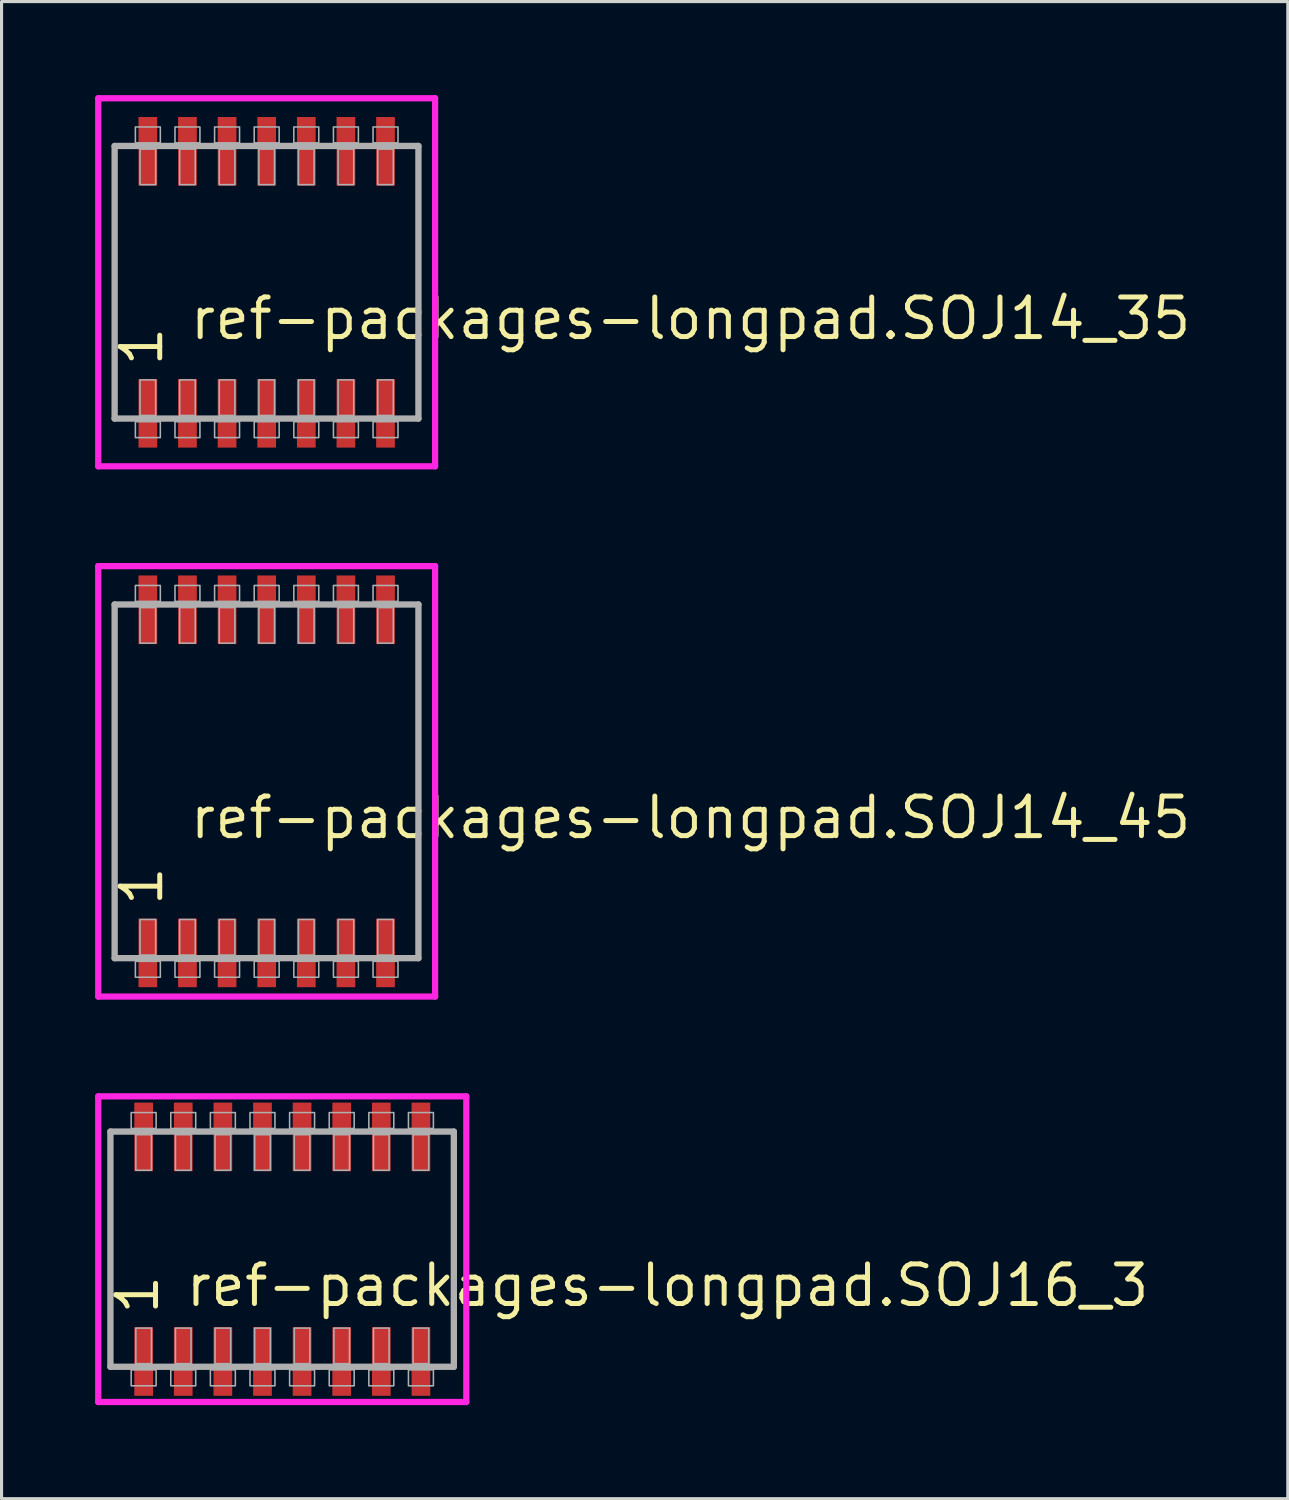
<source format=kicad_pcb>
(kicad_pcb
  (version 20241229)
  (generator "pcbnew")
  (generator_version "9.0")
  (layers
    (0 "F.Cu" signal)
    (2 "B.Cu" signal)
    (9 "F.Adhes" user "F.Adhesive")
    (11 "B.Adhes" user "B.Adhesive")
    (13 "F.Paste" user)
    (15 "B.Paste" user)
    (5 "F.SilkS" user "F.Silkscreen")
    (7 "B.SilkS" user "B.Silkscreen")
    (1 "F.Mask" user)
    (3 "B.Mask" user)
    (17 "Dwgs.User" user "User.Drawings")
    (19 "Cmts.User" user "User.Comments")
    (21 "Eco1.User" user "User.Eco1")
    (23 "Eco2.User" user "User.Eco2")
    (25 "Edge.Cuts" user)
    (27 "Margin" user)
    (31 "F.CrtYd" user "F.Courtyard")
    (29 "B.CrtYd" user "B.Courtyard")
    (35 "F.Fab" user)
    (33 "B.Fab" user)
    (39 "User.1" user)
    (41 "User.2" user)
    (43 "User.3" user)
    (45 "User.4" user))
  (footprint "ref-packages-longpad.SOJ14_35"
    (layer "F.Cu")
    (at 5.5 6)
    (property "Reference" "ref-packages-longpad.SOJ14_35" (at -2.54 1.905 0) (layer "F.SilkS") (effects (font (size 1.27 1.27) (thickness 0.16)) (justify left bottom)))
    (attr smd)
    (fp_line (start -5.4 -5.9) (end 5.4 -5.9) (stroke (width 0.2) (type default)) (layer "F.CrtYd"))
    (fp_line (start -5.4 5.9) (end -5.4 -5.9) (stroke (width 0.2) (type default)) (layer "F.CrtYd"))
    (fp_line (start 5.4 -5.9) (end 5.4 5.9) (stroke (width 0.2) (type default)) (layer "F.CrtYd"))
    (fp_line (start 5.4 5.9) (end -5.4 5.9) (stroke (width 0.2) (type default)) (layer "F.CrtYd"))
    (fp_line (start -4.875 -4.37) (end 4.865 -4.37) (stroke (width 0.203) (type default)) (layer "F.Fab"))
    (fp_line (start -4.875 4.37) (end -4.875 -4.37) (stroke (width 0.203) (type default)) (layer "F.Fab"))
    (fp_line (start 4.865 -4.37) (end 4.865 4.37) (stroke (width 0.203) (type default)) (layer "F.Fab"))
    (fp_line (start 4.865 4.37) (end -4.875 4.37) (stroke (width 0.203) (type default)) (layer "F.Fab"))
    (fp_rect (start -4.21 -4.47) (end -3.41 -4.98) (stroke (width 0.05) (type default)) (fill no) (layer "F.Fab"))
    (fp_rect (start -4.21 4.98) (end -3.41 4.47) (stroke (width 0.05) (type default)) (fill no) (layer "F.Fab"))
    (fp_rect (start -4.06 -3.13) (end -3.56 -4.27) (stroke (width 0.05) (type default)) (fill no) (layer "F.Fab"))
    (fp_rect (start -4.06 4.27) (end -3.56 3.13) (stroke (width 0.05) (type default)) (fill no) (layer "F.Fab"))
    (fp_rect (start -2.94 -4.47) (end -2.14 -4.98) (stroke (width 0.05) (type default)) (fill no) (layer "F.Fab"))
    (fp_rect (start -2.94 4.98) (end -2.14 4.47) (stroke (width 0.05) (type default)) (fill no) (layer "F.Fab"))
    (fp_rect (start -2.79 -3.13) (end -2.29 -4.27) (stroke (width 0.05) (type default)) (fill no) (layer "F.Fab"))
    (fp_rect (start -2.79 4.27) (end -2.29 3.13) (stroke (width 0.05) (type default)) (fill no) (layer "F.Fab"))
    (fp_rect (start -1.67 -4.47) (end -0.87 -4.98) (stroke (width 0.05) (type default)) (fill no) (layer "F.Fab"))
    (fp_rect (start -1.67 4.98) (end -0.87 4.47) (stroke (width 0.05) (type default)) (fill no) (layer "F.Fab"))
    (fp_rect (start -1.52 -3.13) (end -1.02 -4.27) (stroke (width 0.05) (type default)) (fill no) (layer "F.Fab"))
    (fp_rect (start -1.52 4.27) (end -1.02 3.13) (stroke (width 0.05) (type default)) (fill no) (layer "F.Fab"))
    (fp_rect (start -0.4 -4.47) (end 0.4 -4.98) (stroke (width 0.05) (type default)) (fill no) (layer "F.Fab"))
    (fp_rect (start -0.4 4.98) (end 0.4 4.47) (stroke (width 0.05) (type default)) (fill no) (layer "F.Fab"))
    (fp_rect (start -0.25 -3.13) (end 0.25 -4.27) (stroke (width 0.05) (type default)) (fill no) (layer "F.Fab"))
    (fp_rect (start -0.25 4.27) (end 0.25 3.13) (stroke (width 0.05) (type default)) (fill no) (layer "F.Fab"))
    (fp_rect (start 0.87 -4.47) (end 1.67 -4.98) (stroke (width 0.05) (type default)) (fill no) (layer "F.Fab"))
    (fp_rect (start 0.87 4.98) (end 1.67 4.47) (stroke (width 0.05) (type default)) (fill no) (layer "F.Fab"))
    (fp_rect (start 1.02 -3.13) (end 1.52 -4.27) (stroke (width 0.05) (type default)) (fill no) (layer "F.Fab"))
    (fp_rect (start 1.02 4.27) (end 1.52 3.13) (stroke (width 0.05) (type default)) (fill no) (layer "F.Fab"))
    (fp_rect (start 2.14 -4.47) (end 2.94 -4.98) (stroke (width 0.05) (type default)) (fill no) (layer "F.Fab"))
    (fp_rect (start 2.14 4.98) (end 2.94 4.47) (stroke (width 0.05) (type default)) (fill no) (layer "F.Fab"))
    (fp_rect (start 2.29 -3.13) (end 2.79 -4.27) (stroke (width 0.05) (type default)) (fill no) (layer "F.Fab"))
    (fp_rect (start 2.29 4.27) (end 2.79 3.13) (stroke (width 0.05) (type default)) (fill no) (layer "F.Fab"))
    (fp_rect (start 3.41 -4.47) (end 4.21 -4.98) (stroke (width 0.05) (type default)) (fill no) (layer "F.Fab"))
    (fp_rect (start 3.41 4.98) (end 4.21 4.47) (stroke (width 0.05) (type default)) (fill no) (layer "F.Fab"))
    (fp_rect (start 3.56 -3.13) (end 4.06 -4.27) (stroke (width 0.05) (type default)) (fill no) (layer "F.Fab"))
    (fp_rect (start 3.56 4.27) (end 4.06 3.13) (stroke (width 0.05) (type default)) (fill no) (layer "F.Fab"))
    (fp_text user "1" (at -3.265 2.77 90) (layer "F.SilkS") (effects (font (size 1.27 1.27) (thickness 0.16)) (justify left bottom)))
    (pad "1" smd roundrect (at -3.81 4.2) (size 0.6 2.2) (layers "F.Cu" "F.Mask" "F.Paste") (roundrect_rratio 0.01))
    (pad "2" smd roundrect (at -2.54 4.2) (size 0.6 2.2) (layers "F.Cu" "F.Mask" "F.Paste") (roundrect_rratio 0.01))
    (pad "3" smd roundrect (at -1.27 4.2) (size 0.6 2.2) (layers "F.Cu" "F.Mask" "F.Paste") (roundrect_rratio 0.01))
    (pad "4" smd roundrect (at 0 4.2) (size 0.6 2.2) (layers "F.Cu" "F.Mask" "F.Paste") (roundrect_rratio 0.01))
    (pad "5" smd roundrect (at 1.27 4.2) (size 0.6 2.2) (layers "F.Cu" "F.Mask" "F.Paste") (roundrect_rratio 0.01))
    (pad "6" smd roundrect (at 2.54 4.2) (size 0.6 2.2) (layers "F.Cu" "F.Mask" "F.Paste") (roundrect_rratio 0.01))
    (pad "7" smd roundrect (at 3.81 4.2) (size 0.6 2.2) (layers "F.Cu" "F.Mask" "F.Paste") (roundrect_rratio 0.01))
    (pad "8" smd roundrect (at 3.81 -4.2) (size 0.6 2.2) (layers "F.Cu" "F.Mask" "F.Paste") (roundrect_rratio 0.01))
    (pad "9" smd roundrect (at 2.54 -4.2) (size 0.6 2.2) (layers "F.Cu" "F.Mask" "F.Paste") (roundrect_rratio 0.01))
    (pad "10" smd roundrect (at 1.27 -4.2) (size 0.6 2.2) (layers "F.Cu" "F.Mask" "F.Paste") (roundrect_rratio 0.01))
    (pad "11" smd roundrect (at 0 -4.2) (size 0.6 2.2) (layers "F.Cu" "F.Mask" "F.Paste") (roundrect_rratio 0.01))
    (pad "12" smd roundrect (at -1.27 -4.2) (size 0.6 2.2) (layers "F.Cu" "F.Mask" "F.Paste") (roundrect_rratio 0.01))
    (pad "13" smd roundrect (at -2.54 -4.2) (size 0.6 2.2) (layers "F.Cu" "F.Mask" "F.Paste") (roundrect_rratio 0.01))
    (pad "14" smd roundrect (at -3.81 -4.2) (size 0.6 2.2) (layers "F.Cu" "F.Mask" "F.Paste") (roundrect_rratio 0.01)))
  (footprint "ref-packages-longpad.SOJ14_45"
    (layer "F.Cu")
    (at 5.5 22)
    (property "Reference" "ref-packages-longpad.SOJ14_45" (at -2.54 1.905 0) (layer "F.SilkS") (effects (font (size 1.27 1.27) (thickness 0.16)) (justify left bottom)))
    (attr smd)
    (fp_line (start -5.4 -6.9) (end 5.4 -6.9) (stroke (width 0.2) (type default)) (layer "F.CrtYd"))
    (fp_line (start -5.4 6.9) (end -5.4 -6.9) (stroke (width 0.2) (type default)) (layer "F.CrtYd"))
    (fp_line (start 5.4 -6.9) (end 5.4 6.9) (stroke (width 0.2) (type default)) (layer "F.CrtYd"))
    (fp_line (start 5.4 6.9) (end -5.4 6.9) (stroke (width 0.2) (type default)) (layer "F.CrtYd"))
    (fp_line (start -4.875 -5.67) (end 4.865 -5.67) (stroke (width 0.203) (type default)) (layer "F.Fab"))
    (fp_line (start -4.875 5.67) (end -4.875 -5.67) (stroke (width 0.203) (type default)) (layer "F.Fab"))
    (fp_line (start 4.865 -5.67) (end 4.865 5.67) (stroke (width 0.203) (type default)) (layer "F.Fab"))
    (fp_line (start 4.865 5.67) (end -4.875 5.67) (stroke (width 0.203) (type default)) (layer "F.Fab"))
    (fp_rect (start -4.21 -5.77) (end -3.41 -6.28) (stroke (width 0.05) (type default)) (fill no) (layer "F.Fab"))
    (fp_rect (start -4.21 6.28) (end -3.41 5.77) (stroke (width 0.05) (type default)) (fill no) (layer "F.Fab"))
    (fp_rect (start -4.06 -4.43) (end -3.56 -5.57) (stroke (width 0.05) (type default)) (fill no) (layer "F.Fab"))
    (fp_rect (start -4.06 5.57) (end -3.56 4.43) (stroke (width 0.05) (type default)) (fill no) (layer "F.Fab"))
    (fp_rect (start -2.94 -5.77) (end -2.14 -6.28) (stroke (width 0.05) (type default)) (fill no) (layer "F.Fab"))
    (fp_rect (start -2.94 6.28) (end -2.14 5.77) (stroke (width 0.05) (type default)) (fill no) (layer "F.Fab"))
    (fp_rect (start -2.79 -4.43) (end -2.29 -5.57) (stroke (width 0.05) (type default)) (fill no) (layer "F.Fab"))
    (fp_rect (start -2.79 5.57) (end -2.29 4.43) (stroke (width 0.05) (type default)) (fill no) (layer "F.Fab"))
    (fp_rect (start -1.67 -5.77) (end -0.87 -6.28) (stroke (width 0.05) (type default)) (fill no) (layer "F.Fab"))
    (fp_rect (start -1.67 6.28) (end -0.87 5.77) (stroke (width 0.05) (type default)) (fill no) (layer "F.Fab"))
    (fp_rect (start -1.52 -4.43) (end -1.02 -5.57) (stroke (width 0.05) (type default)) (fill no) (layer "F.Fab"))
    (fp_rect (start -1.52 5.57) (end -1.02 4.43) (stroke (width 0.05) (type default)) (fill no) (layer "F.Fab"))
    (fp_rect (start -0.4 -5.77) (end 0.4 -6.28) (stroke (width 0.05) (type default)) (fill no) (layer "F.Fab"))
    (fp_rect (start -0.4 6.28) (end 0.4 5.77) (stroke (width 0.05) (type default)) (fill no) (layer "F.Fab"))
    (fp_rect (start -0.25 -4.43) (end 0.25 -5.57) (stroke (width 0.05) (type default)) (fill no) (layer "F.Fab"))
    (fp_rect (start -0.25 5.57) (end 0.25 4.43) (stroke (width 0.05) (type default)) (fill no) (layer "F.Fab"))
    (fp_rect (start 0.87 -5.77) (end 1.67 -6.28) (stroke (width 0.05) (type default)) (fill no) (layer "F.Fab"))
    (fp_rect (start 0.87 6.28) (end 1.67 5.77) (stroke (width 0.05) (type default)) (fill no) (layer "F.Fab"))
    (fp_rect (start 1.02 -4.43) (end 1.52 -5.57) (stroke (width 0.05) (type default)) (fill no) (layer "F.Fab"))
    (fp_rect (start 1.02 5.57) (end 1.52 4.43) (stroke (width 0.05) (type default)) (fill no) (layer "F.Fab"))
    (fp_rect (start 2.14 -5.77) (end 2.94 -6.28) (stroke (width 0.05) (type default)) (fill no) (layer "F.Fab"))
    (fp_rect (start 2.14 6.28) (end 2.94 5.77) (stroke (width 0.05) (type default)) (fill no) (layer "F.Fab"))
    (fp_rect (start 2.29 -4.43) (end 2.79 -5.57) (stroke (width 0.05) (type default)) (fill no) (layer "F.Fab"))
    (fp_rect (start 2.29 5.57) (end 2.79 4.43) (stroke (width 0.05) (type default)) (fill no) (layer "F.Fab"))
    (fp_rect (start 3.41 -5.77) (end 4.21 -6.28) (stroke (width 0.05) (type default)) (fill no) (layer "F.Fab"))
    (fp_rect (start 3.41 6.28) (end 4.21 5.77) (stroke (width 0.05) (type default)) (fill no) (layer "F.Fab"))
    (fp_rect (start 3.56 -4.43) (end 4.06 -5.57) (stroke (width 0.05) (type default)) (fill no) (layer "F.Fab"))
    (fp_rect (start 3.56 5.57) (end 4.06 4.43) (stroke (width 0.05) (type default)) (fill no) (layer "F.Fab"))
    (fp_text user "1" (at -3.265 4.07 90) (layer "F.SilkS") (effects (font (size 1.27 1.27) (thickness 0.16)) (justify left bottom)))
    (pad "1" smd roundrect (at -3.81 5.5) (size 0.6 2.2) (layers "F.Cu" "F.Mask" "F.Paste") (roundrect_rratio 0.01))
    (pad "2" smd roundrect (at -2.54 5.5) (size 0.6 2.2) (layers "F.Cu" "F.Mask" "F.Paste") (roundrect_rratio 0.01))
    (pad "3" smd roundrect (at -1.27 5.5) (size 0.6 2.2) (layers "F.Cu" "F.Mask" "F.Paste") (roundrect_rratio 0.01))
    (pad "4" smd roundrect (at 0 5.5) (size 0.6 2.2) (layers "F.Cu" "F.Mask" "F.Paste") (roundrect_rratio 0.01))
    (pad "5" smd roundrect (at 1.27 5.5) (size 0.6 2.2) (layers "F.Cu" "F.Mask" "F.Paste") (roundrect_rratio 0.01))
    (pad "6" smd roundrect (at 2.54 5.5) (size 0.6 2.2) (layers "F.Cu" "F.Mask" "F.Paste") (roundrect_rratio 0.01))
    (pad "7" smd roundrect (at 3.81 5.5) (size 0.6 2.2) (layers "F.Cu" "F.Mask" "F.Paste") (roundrect_rratio 0.01))
    (pad "8" smd roundrect (at 3.81 -5.5) (size 0.6 2.2) (layers "F.Cu" "F.Mask" "F.Paste") (roundrect_rratio 0.01))
    (pad "9" smd roundrect (at 2.54 -5.5) (size 0.6 2.2) (layers "F.Cu" "F.Mask" "F.Paste") (roundrect_rratio 0.01))
    (pad "10" smd roundrect (at 1.27 -5.5) (size 0.6 2.2) (layers "F.Cu" "F.Mask" "F.Paste") (roundrect_rratio 0.01))
    (pad "11" smd roundrect (at 0 -5.5) (size 0.6 2.2) (layers "F.Cu" "F.Mask" "F.Paste") (roundrect_rratio 0.01))
    (pad "12" smd roundrect (at -1.27 -5.5) (size 0.6 2.2) (layers "F.Cu" "F.Mask" "F.Paste") (roundrect_rratio 0.01))
    (pad "13" smd roundrect (at -2.54 -5.5) (size 0.6 2.2) (layers "F.Cu" "F.Mask" "F.Paste") (roundrect_rratio 0.01))
    (pad "14" smd roundrect (at -3.81 -5.5) (size 0.6 2.2) (layers "F.Cu" "F.Mask" "F.Paste") (roundrect_rratio 0.01)))
  (footprint "ref-packages-longpad.SOJ16_3"
    (layer "F.Cu")
    (at 6 36.999)
    (property "Reference" "ref-packages-longpad.SOJ16_3" (at -3.175 1.905 0) (layer "F.SilkS") (effects (font (size 1.27 1.27) (thickness 0.16)) (justify left bottom)))
    (attr smd)
    (fp_line (start -5.9 -4.9) (end 5.9 -4.9) (stroke (width 0.2) (type default)) (layer "F.CrtYd"))
    (fp_line (start -5.9 4.9) (end -5.9 -4.9) (stroke (width 0.2) (type default)) (layer "F.CrtYd"))
    (fp_line (start 5.9 -4.9) (end 5.9 4.9) (stroke (width 0.2) (type default)) (layer "F.CrtYd"))
    (fp_line (start 5.9 4.9) (end -5.9 4.9) (stroke (width 0.2) (type default)) (layer "F.CrtYd"))
    (fp_line (start -5.51 -3.77) (end 5.5 -3.77) (stroke (width 0.203) (type default)) (layer "F.Fab"))
    (fp_line (start -5.51 3.77) (end -5.51 -3.77) (stroke (width 0.203) (type default)) (layer "F.Fab"))
    (fp_line (start 5.5 -3.77) (end 5.5 3.77) (stroke (width 0.203) (type default)) (layer "F.Fab"))
    (fp_line (start 5.5 3.77) (end -5.51 3.77) (stroke (width 0.203) (type default)) (layer "F.Fab"))
    (fp_rect (start -4.845 -3.87) (end -4.045 -4.38) (stroke (width 0.05) (type default)) (fill no) (layer "F.Fab"))
    (fp_rect (start -4.845 4.38) (end -4.045 3.87) (stroke (width 0.05) (type default)) (fill no) (layer "F.Fab"))
    (fp_rect (start -4.695 -2.53) (end -4.195 -3.67) (stroke (width 0.05) (type default)) (fill no) (layer "F.Fab"))
    (fp_rect (start -4.695 3.67) (end -4.195 2.53) (stroke (width 0.05) (type default)) (fill no) (layer "F.Fab"))
    (fp_rect (start -3.575 -3.87) (end -2.775 -4.38) (stroke (width 0.05) (type default)) (fill no) (layer "F.Fab"))
    (fp_rect (start -3.575 4.38) (end -2.775 3.87) (stroke (width 0.05) (type default)) (fill no) (layer "F.Fab"))
    (fp_rect (start -3.425 -2.53) (end -2.925 -3.67) (stroke (width 0.05) (type default)) (fill no) (layer "F.Fab"))
    (fp_rect (start -3.425 3.67) (end -2.925 2.53) (stroke (width 0.05) (type default)) (fill no) (layer "F.Fab"))
    (fp_rect (start -2.305 -3.87) (end -1.505 -4.38) (stroke (width 0.05) (type default)) (fill no) (layer "F.Fab"))
    (fp_rect (start -2.305 4.38) (end -1.505 3.87) (stroke (width 0.05) (type default)) (fill no) (layer "F.Fab"))
    (fp_rect (start -2.155 -2.53) (end -1.655 -3.67) (stroke (width 0.05) (type default)) (fill no) (layer "F.Fab"))
    (fp_rect (start -2.155 3.67) (end -1.655 2.53) (stroke (width 0.05) (type default)) (fill no) (layer "F.Fab"))
    (fp_rect (start -1.035 -3.87) (end -0.235 -4.38) (stroke (width 0.05) (type default)) (fill no) (layer "F.Fab"))
    (fp_rect (start -1.035 4.38) (end -0.235 3.87) (stroke (width 0.05) (type default)) (fill no) (layer "F.Fab"))
    (fp_rect (start -0.885 -2.53) (end -0.385 -3.67) (stroke (width 0.05) (type default)) (fill no) (layer "F.Fab"))
    (fp_rect (start -0.885 3.67) (end -0.385 2.53) (stroke (width 0.05) (type default)) (fill no) (layer "F.Fab"))
    (fp_rect (start 0.235 -3.87) (end 1.035 -4.38) (stroke (width 0.05) (type default)) (fill no) (layer "F.Fab"))
    (fp_rect (start 0.235 4.38) (end 1.035 3.87) (stroke (width 0.05) (type default)) (fill no) (layer "F.Fab"))
    (fp_rect (start 0.385 -2.53) (end 0.885 -3.67) (stroke (width 0.05) (type default)) (fill no) (layer "F.Fab"))
    (fp_rect (start 0.385 3.67) (end 0.885 2.53) (stroke (width 0.05) (type default)) (fill no) (layer "F.Fab"))
    (fp_rect (start 1.505 -3.87) (end 2.305 -4.38) (stroke (width 0.05) (type default)) (fill no) (layer "F.Fab"))
    (fp_rect (start 1.505 4.38) (end 2.305 3.87) (stroke (width 0.05) (type default)) (fill no) (layer "F.Fab"))
    (fp_rect (start 1.655 -2.53) (end 2.155 -3.67) (stroke (width 0.05) (type default)) (fill no) (layer "F.Fab"))
    (fp_rect (start 1.655 3.67) (end 2.155 2.53) (stroke (width 0.05) (type default)) (fill no) (layer "F.Fab"))
    (fp_rect (start 2.775 -3.87) (end 3.575 -4.38) (stroke (width 0.05) (type default)) (fill no) (layer "F.Fab"))
    (fp_rect (start 2.775 4.38) (end 3.575 3.87) (stroke (width 0.05) (type default)) (fill no) (layer "F.Fab"))
    (fp_rect (start 2.925 -2.53) (end 3.425 -3.67) (stroke (width 0.05) (type default)) (fill no) (layer "F.Fab"))
    (fp_rect (start 2.925 3.67) (end 3.425 2.53) (stroke (width 0.05) (type default)) (fill no) (layer "F.Fab"))
    (fp_rect (start 4.045 -3.87) (end 4.845 -4.38) (stroke (width 0.05) (type default)) (fill no) (layer "F.Fab"))
    (fp_rect (start 4.045 4.38) (end 4.845 3.87) (stroke (width 0.05) (type default)) (fill no) (layer "F.Fab"))
    (fp_rect (start 4.195 -2.53) (end 4.695 -3.67) (stroke (width 0.05) (type default)) (fill no) (layer "F.Fab"))
    (fp_rect (start 4.195 3.67) (end 4.695 2.53) (stroke (width 0.05) (type default)) (fill no) (layer "F.Fab"))
    (fp_text user "1" (at -3.9 2.17 90) (layer "F.SilkS") (effects (font (size 1.27 1.27) (thickness 0.16)) (justify left bottom)))
    (pad "1" smd roundrect (at -4.445 3.6) (size 0.6 2.2) (layers "F.Cu" "F.Mask" "F.Paste") (roundrect_rratio 0.01))
    (pad "2" smd roundrect (at -3.175 3.6) (size 0.6 2.2) (layers "F.Cu" "F.Mask" "F.Paste") (roundrect_rratio 0.01))
    (pad "3" smd roundrect (at -1.905 3.6) (size 0.6 2.2) (layers "F.Cu" "F.Mask" "F.Paste") (roundrect_rratio 0.01))
    (pad "4" smd roundrect (at -0.635 3.6) (size 0.6 2.2) (layers "F.Cu" "F.Mask" "F.Paste") (roundrect_rratio 0.01))
    (pad "5" smd roundrect (at 0.635 3.6) (size 0.6 2.2) (layers "F.Cu" "F.Mask" "F.Paste") (roundrect_rratio 0.01))
    (pad "6" smd roundrect (at 1.905 3.6) (size 0.6 2.2) (layers "F.Cu" "F.Mask" "F.Paste") (roundrect_rratio 0.01))
    (pad "7" smd roundrect (at 3.175 3.6) (size 0.6 2.2) (layers "F.Cu" "F.Mask" "F.Paste") (roundrect_rratio 0.01))
    (pad "8" smd roundrect (at 4.445 3.6) (size 0.6 2.2) (layers "F.Cu" "F.Mask" "F.Paste") (roundrect_rratio 0.01))
    (pad "9" smd roundrect (at 4.445 -3.6) (size 0.6 2.2) (layers "F.Cu" "F.Mask" "F.Paste") (roundrect_rratio 0.01))
    (pad "10" smd roundrect (at 3.175 -3.6) (size 0.6 2.2) (layers "F.Cu" "F.Mask" "F.Paste") (roundrect_rratio 0.01))
    (pad "11" smd roundrect (at 1.905 -3.6) (size 0.6 2.2) (layers "F.Cu" "F.Mask" "F.Paste") (roundrect_rratio 0.01))
    (pad "12" smd roundrect (at 0.635 -3.6) (size 0.6 2.2) (layers "F.Cu" "F.Mask" "F.Paste") (roundrect_rratio 0.01))
    (pad "13" smd roundrect (at -0.635 -3.6) (size 0.6 2.2) (layers "F.Cu" "F.Mask" "F.Paste") (roundrect_rratio 0.01))
    (pad "14" smd roundrect (at -1.905 -3.6) (size 0.6 2.2) (layers "F.Cu" "F.Mask" "F.Paste") (roundrect_rratio 0.01))
    (pad "15" smd roundrect (at -3.175 -3.6) (size 0.6 2.2) (layers "F.Cu" "F.Mask" "F.Paste") (roundrect_rratio 0.01))
    (pad "16" smd roundrect (at -4.445 -3.6) (size 0.6 2.2) (layers "F.Cu" "F.Mask" "F.Paste") (roundrect_rratio 0.01)))
  (gr_rect
    (start -3 -3)
    (end 38.238 44.999)
    (stroke (width 0.1) (type default))
    (fill no)
    (layer "Edge.Cuts")))
</source>
